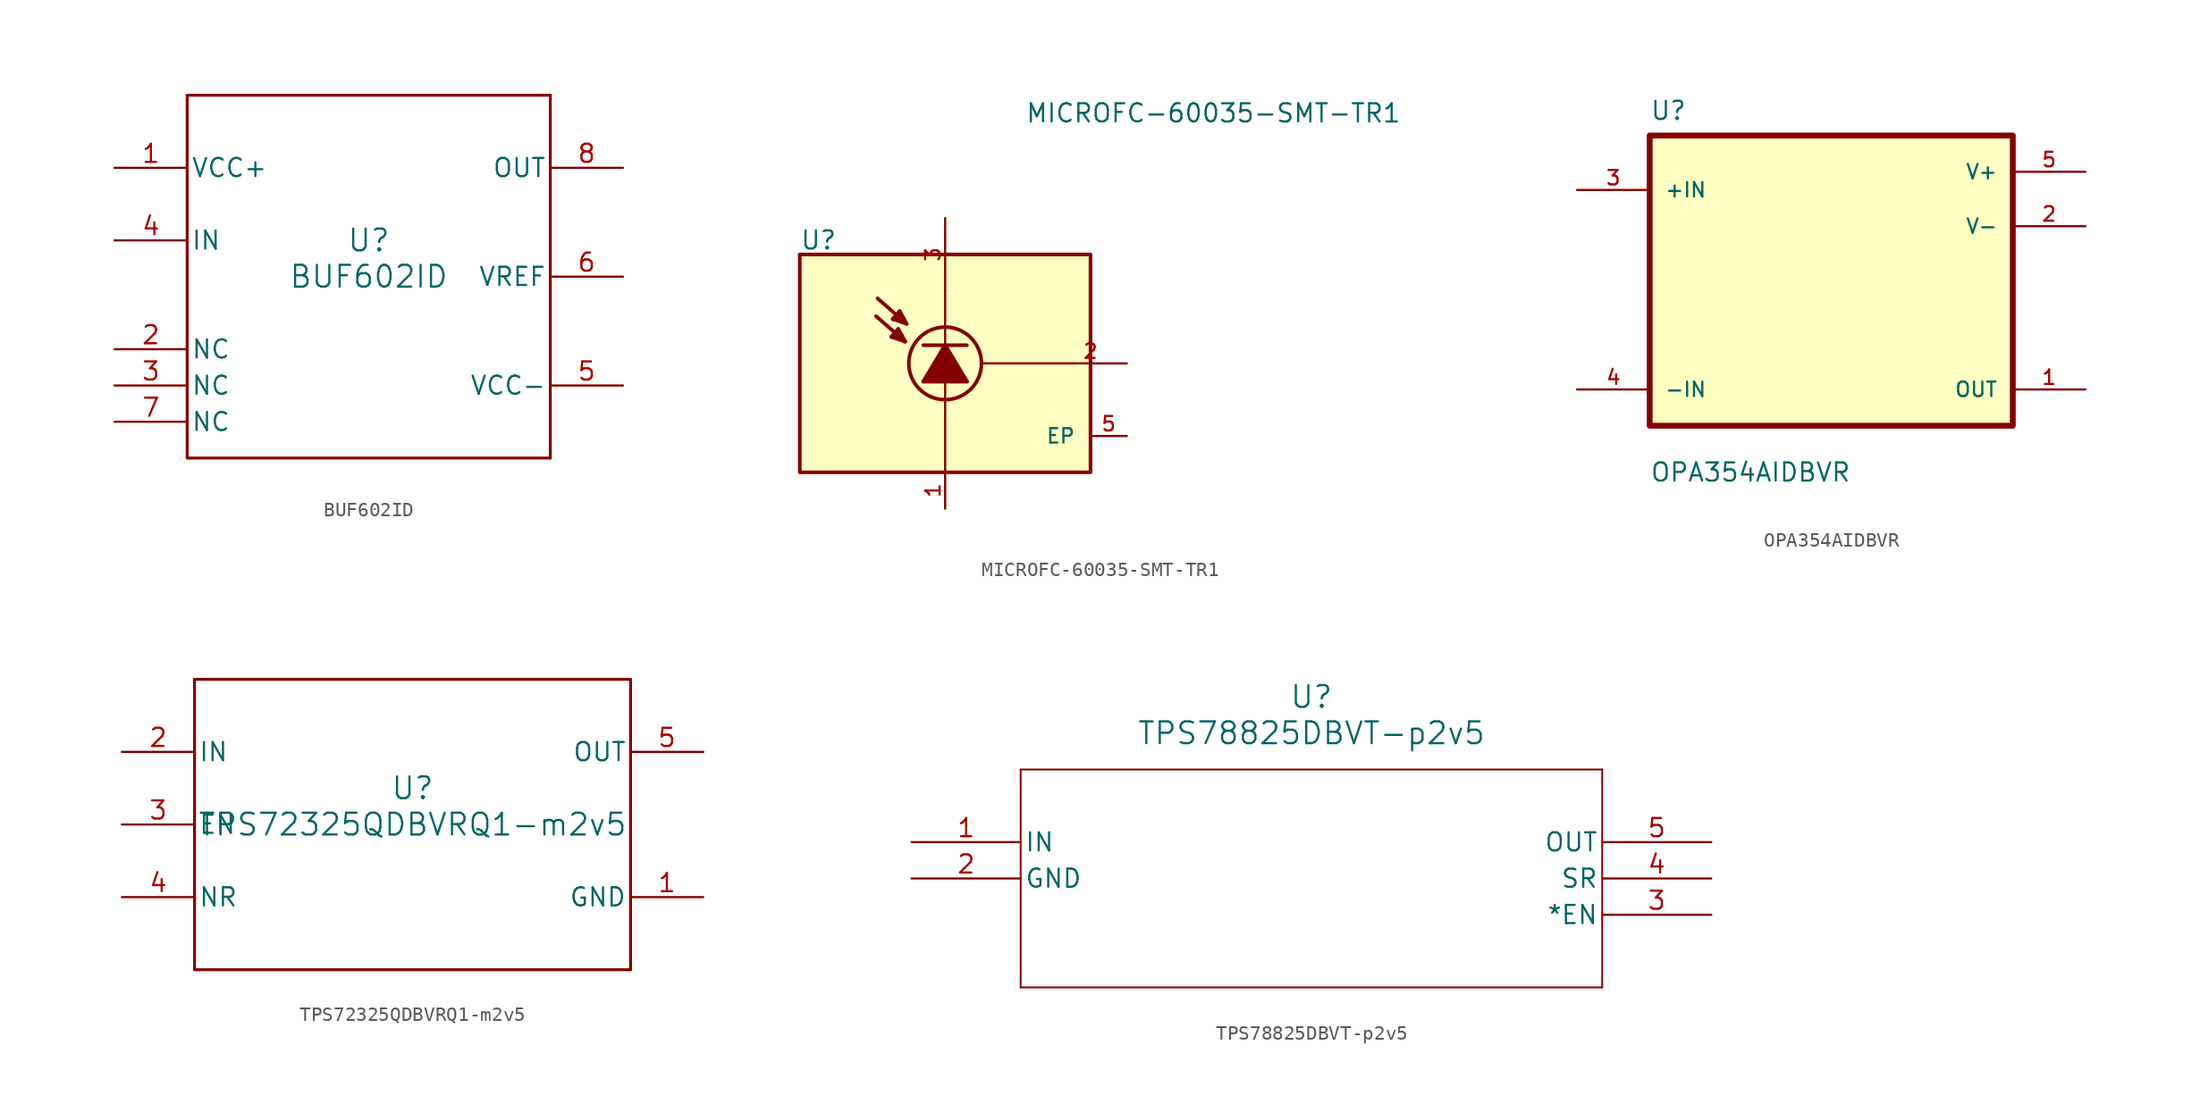
<source format=kicad_sym>
(kicad_symbol_lib
  (version 20231120)
  (generator "kicad_symbol_editor")
  (generator_version "8.0")
  (symbol "BUF602ID"
    (pin_names
      (offset 0.254))
    (property "Reference" "U"
      (at 0 2.54 0)
      (effects (font (size 1.524 1.524))))
    (property "Value" "BUF602ID"
      (at 0 0 0)
      (effects (font (size 1.524 1.524))))
    (symbol "BUF602ID_0_1"
      (polyline (pts (xy -12.7 -12.7) (xy 12.7 -12.7)) (stroke (width 0.203) (type default)) (fill (type none)))
      (polyline (pts (xy -12.7 12.7) (xy -12.7 -12.7)) (stroke (width 0.203) (type default)) (fill (type none)))
      (polyline (pts (xy 12.7 -12.7) (xy 12.7 12.7)) (stroke (width 0.203) (type default)) (fill (type none)))
      (polyline (pts (xy 12.7 12.7) (xy -12.7 12.7)) (stroke (width 0.203) (type default)) (fill (type none)))
      (pin power_in line (at -17.78 7.62 0) (length 5.08) (name "VCC+" (effects (font (size 1.27 1.27)))) (number "1" (effects (font (size 1.27 1.27)))))
      (pin unspecified line (at -17.78 -5.08 0) (length 5.08) (name "NC" (effects (font (size 1.27 1.27)))) (number "2" (effects (font (size 1.27 1.27)))))
      (pin unspecified line (at -17.78 -7.62 0) (length 5.08) (name "NC" (effects (font (size 1.27 1.27)))) (number "3" (effects (font (size 1.27 1.27)))))
      (pin input line (at -17.78 2.54 0) (length 5.08) (name "IN" (effects (font (size 1.27 1.27)))) (number "4" (effects (font (size 1.27 1.27)))))
      (pin power_in line (at 17.78 -7.62 180) (length 5.08) (name "VCC-" (effects (font (size 1.27 1.27)))) (number "5" (effects (font (size 1.27 1.27)))))
      (pin output line (at 17.78 0 180) (length 5.08) (name "VREF" (effects (font (size 1.27 1.27)))) (number "6" (effects (font (size 1.27 1.27)))))
      (pin unspecified line (at -17.78 -10.16 0) (length 5.08) (name "NC" (effects (font (size 1.27 1.27)))) (number "7" (effects (font (size 1.27 1.27)))))
      (pin output line (at 17.78 7.62 180) (length 5.08) (name "OUT" (effects (font (size 1.27 1.27)))) (number "8" (effects (font (size 1.27 1.27)))))))
  (symbol "MICROFC-60035-SMT-TR1"
    (pin_names
      (offset 1.016))
    (property "Reference" "U"
      (at -10.16 7.874 0)
      (effects (font (size 1.27 1.27)) (justify left bottom)))
    (property "Value" "MICROFC-60035-SMT-TR1"
      (at 5.588 16.764 0)
      (effects (font (size 1.27 1.27)) (justify left bottom)))
    (symbol "MICROFC-60035-SMT-TR1_0_0"
      (rectangle (start -10.16 7.62) (end 10.16 -7.62) (stroke (width 0.254) (type default)) (fill (type background)))
      (polyline (pts (xy -3.759 1.854) (xy -3.277 2.413)) (stroke (width 0.254) (type default)) (fill (type none)))
      (polyline (pts (xy -3.759 1.854) (xy -3.023 1.829)) (stroke (width 0.254) (type default)) (fill (type none)))
      (polyline (pts (xy -3.658 3.099) (xy -3.175 3.658)) (stroke (width 0.254) (type default)) (fill (type none)))
      (polyline (pts (xy -3.658 3.099) (xy -2.921 3.073)) (stroke (width 0.254) (type default)) (fill (type none)))
      (polyline (pts (xy -3.353 2.235) (xy -3.2 2.007)) (stroke (width 0.254) (type default)) (fill (type none)))
      (polyline (pts (xy -3.277 2.413) (xy -2.794 1.524)) (stroke (width 0.254) (type default)) (fill (type none)))
      (polyline (pts (xy -3.251 3.48) (xy -3.099 3.251)) (stroke (width 0.254) (type default)) (fill (type none)))
      (polyline (pts (xy -3.175 3.658) (xy -2.692 2.769)) (stroke (width 0.254) (type default)) (fill (type none)))
      (polyline (pts (xy -3.023 1.829) (xy -3.023 1.956)) (stroke (width 0.254) (type default)) (fill (type none)))
      (polyline (pts (xy -2.921 3.073) (xy -2.921 3.2)) (stroke (width 0.254) (type default)) (fill (type none)))
      (polyline (pts (xy -2.794 1.524) (xy -4.826 3.302)) (stroke (width 0.254) (type default)) (fill (type none)))
      (polyline (pts (xy -2.794 1.524) (xy -3.759 1.854)) (stroke (width 0.254) (type default)) (fill (type none)))
      (polyline (pts (xy -2.692 2.769) (xy -4.724 4.547)) (stroke (width 0.254) (type default)) (fill (type none)))
      (polyline (pts (xy -2.692 2.769) (xy -3.658 3.099)) (stroke (width 0.254) (type default)) (fill (type none)))
      (polyline (pts (xy -1.524 -1.27) (xy 0 -1.27)) (stroke (width 0.254) (type default)) (fill (type none)))
      (polyline (pts (xy -1.524 1.27) (xy 0 1.27)) (stroke (width 0.254) (type default)) (fill (type none)))
      (polyline (pts (xy 0 -1.27) (xy 0 -7.62)) (stroke (width 0.152) (type default)) (fill (type none)))
      (polyline (pts (xy 0 -1.27) (xy 1.524 -1.27)) (stroke (width 0.254) (type default)) (fill (type none)))
      (polyline (pts (xy 0 1.27) (xy -1.524 -1.27)) (stroke (width 0.254) (type default)) (fill (type none)))
      (polyline (pts (xy 0 1.27) (xy 1.524 1.27)) (stroke (width 0.254) (type default)) (fill (type none)))
      (polyline (pts (xy 0 5.08) (xy 0 1.27)) (stroke (width 0.152) (type default)) (fill (type none)))
      (polyline (pts (xy 1.524 -1.27) (xy 0 1.27)) (stroke (width 0.254) (type default)) (fill (type none)))
      (polyline (pts (xy 2.54 0) (xy 7.62 0)) (stroke (width 0.152) (type default)) (fill (type none)))
      (polyline (pts (xy 0 1.27) (xy -1.524 -1.27) (xy 1.524 -1.27) (xy 0 1.27)) (stroke (width 0.254) (type default)) (fill (type outline)))
      (circle (center 0 0) (radius 2.54) (stroke (width 0.254) (type default)) (fill (type none)))
      (pin passive line (at 0 -10.16 90) (length 2.54) (name "~" (effects (font (size 1.016 1.016)))) (number "1" (effects (font (size 1.016 1.016)))))
      (pin passive line (at 12.7 0 180) (length 5.08) (name "~" (effects (font (size 1.016 1.016)))) (number "2" (effects (font (size 1.016 1.016)))))
      (pin passive line (at 0 10.16 270) (length 5.08) (name "~" (effects (font (size 1.016 1.016)))) (number "3" (effects (font (size 1.016 1.016))))))
    (symbol "MICROFC-60035-SMT-TR1_1_0"
      (pin passive line (at 12.7 -5.08 180) (length 2.54) (name "EP" (effects (font (size 1.016 1.016)))) (number "5" (effects (font (size 1.016 1.016)))))))
  (symbol "OPA354AIDBVR"
    (pin_names
      (offset 1.016))
    (property "Reference" "U"
      (at -12.7 11.16 0)
      (effects (font (size 1.27 1.27)) (justify left bottom)))
    (property "Value" "OPA354AIDBVR"
      (at -12.7 -14.16 0)
      (effects (font (size 1.27 1.27)) (justify left bottom)))
    (symbol "OPA354AIDBVR_0_0"
      (rectangle (start -12.7 -10.16) (end 12.7 10.16) (stroke (width 0.41) (type default)) (fill (type background)))
      (pin output line (at 17.78 -7.62 180) (length 5.08) (name "OUT" (effects (font (size 1.016 1.016)))) (number "1" (effects (font (size 1.016 1.016)))))
      (pin power_in line (at 17.78 3.81 180) (length 5.08) (name "V-" (effects (font (size 1.016 1.016)))) (number "2" (effects (font (size 1.016 1.016)))))
      (pin input line (at -17.78 6.35 0) (length 5.08) (name "+IN" (effects (font (size 1.016 1.016)))) (number "3" (effects (font (size 1.016 1.016)))))
      (pin input line (at -17.78 -7.62 0) (length 5.08) (name "-IN" (effects (font (size 1.016 1.016)))) (number "4" (effects (font (size 1.016 1.016)))))
      (pin power_in line (at 17.78 7.62 180) (length 5.08) (name "V+" (effects (font (size 1.016 1.016)))) (number "5" (effects (font (size 1.016 1.016)))))))
  (symbol "TPS72325QDBVRQ1-m2v5"
    (pin_names
      (offset 0.254))
    (property "Reference" "U"
      (at 0 2.54 0)
      (effects (font (size 1.524 1.524))))
    (property "Value" "TPS72325QDBVRQ1-m2v5"
      (at 0 0 0)
      (effects (font (size 1.524 1.524))))
    (symbol "TPS72325QDBVRQ1-m2v5_0_1"
      (polyline (pts (xy -15.24 -10.16) (xy 15.24 -10.16)) (stroke (width 0.203) (type default)) (fill (type none)))
      (polyline (pts (xy -15.24 10.16) (xy -15.24 -10.16)) (stroke (width 0.203) (type default)) (fill (type none)))
      (polyline (pts (xy 15.24 -10.16) (xy 15.24 10.16)) (stroke (width 0.203) (type default)) (fill (type none)))
      (polyline (pts (xy 15.24 10.16) (xy -15.24 10.16)) (stroke (width 0.203) (type default)) (fill (type none)))
      (pin power_in line (at 20.32 -5.08 180) (length 5.08) (name "GND" (effects (font (size 1.27 1.27)))) (number "1" (effects (font (size 1.27 1.27)))))
      (pin power_in line (at -20.32 5.08 0) (length 5.08) (name "IN" (effects (font (size 1.27 1.27)))) (number "2" (effects (font (size 1.27 1.27)))))
      (pin input line (at -20.32 0 0) (length 5.08) (name "EN" (effects (font (size 1.27 1.27)))) (number "3" (effects (font (size 1.27 1.27)))))
      (pin unspecified line (at -20.32 -5.08 0) (length 5.08) (name "NR" (effects (font (size 1.27 1.27)))) (number "4" (effects (font (size 1.27 1.27)))))
      (pin power_in line (at 20.32 5.08 180) (length 5.08) (name "OUT" (effects (font (size 1.27 1.27)))) (number "5" (effects (font (size 1.27 1.27)))))))
  (symbol "TPS78825DBVT-p2v5"
    (pin_names
      (offset 0.254))
    (property "Reference" "U"
      (at 27.94 10.16 0)
      (effects (font (size 1.524 1.524))))
    (property "Value" "TPS78825DBVT-p2v5"
      (at 27.94 7.62 0)
      (effects (font (size 1.524 1.524))))
    (symbol "TPS78825DBVT-p2v5_0_1"
      (polyline (pts (xy 7.62 -10.16) (xy 48.26 -10.16)) (stroke (width 0.127) (type default)) (fill (type none)))
      (polyline (pts (xy 7.62 5.08) (xy 7.62 -10.16)) (stroke (width 0.127) (type default)) (fill (type none)))
      (polyline (pts (xy 48.26 -10.16) (xy 48.26 5.08)) (stroke (width 0.127) (type default)) (fill (type none)))
      (polyline (pts (xy 48.26 5.08) (xy 7.62 5.08)) (stroke (width 0.127) (type default)) (fill (type none)))
      (pin input line (at 0 0 0) (length 7.62) (name "IN" (effects (font (size 1.27 1.27)))) (number "1" (effects (font (size 1.27 1.27)))))
      (pin power_in line (at 0 -2.54 0) (length 7.62) (name "GND" (effects (font (size 1.27 1.27)))) (number "2" (effects (font (size 1.27 1.27)))))
      (pin unspecified line (at 55.88 -5.08 180) (length 7.62) (name "*EN" (effects (font (size 1.27 1.27)))) (number "3" (effects (font (size 1.27 1.27)))))
      (pin unspecified line (at 55.88 -2.54 180) (length 7.62) (name "SR" (effects (font (size 1.27 1.27)))) (number "4" (effects (font (size 1.27 1.27)))))
      (pin output line (at 55.88 0 180) (length 7.62) (name "OUT" (effects (font (size 1.27 1.27)))) (number "5" (effects (font (size 1.27 1.27))))))))
</source>
